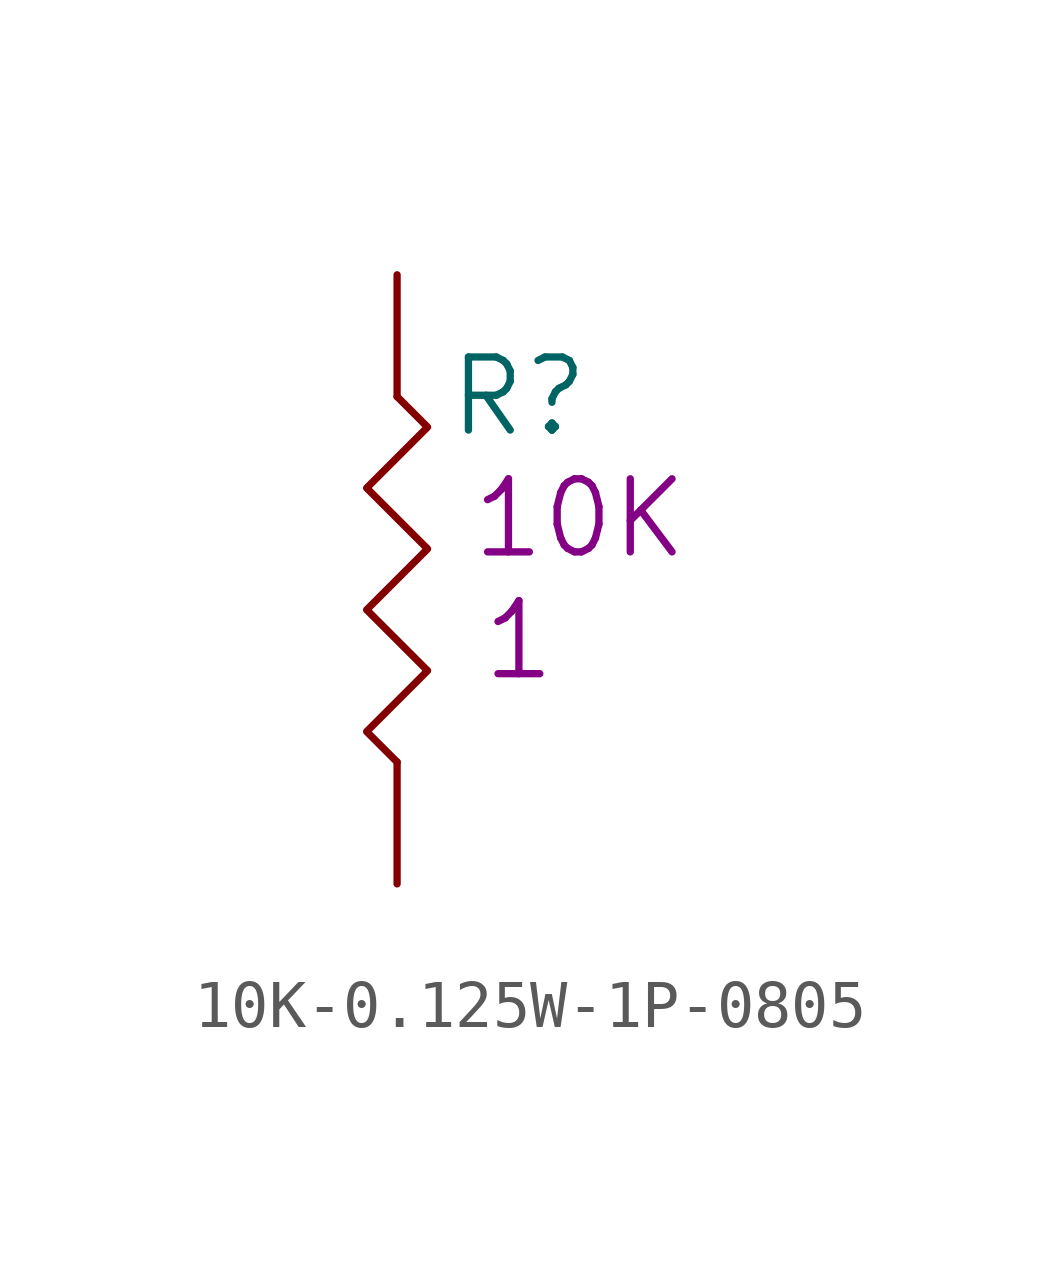
<source format=kicad_sym>
(kicad_symbol_lib
  (version 20201005)
  (generator kicad_symbol_editor)
  (symbol "10K-0.125W-1P-0805"
    (pin_numbers hide)
    (pin_names
      (offset 1.27) hide)
    (property "Reference" "R"
      (at 2.54 -2.54 0)
      (effects (font (size 1.524 1.524))))
    (property "Qty" "1"
      (at 2.54 -7.62 0)
      (effects (font (size 1.524 1.524))))
    (property "Desc1" "10K"
      (at 3.81 -5.08 0)
      (effects (font (size 1.524 1.524))))
    (symbol "10K-0.125W-1P-0805_0_1"
      (polyline (pts (xy 0 -2.54) (xy 0.635 -3.175) (xy -0.635 -4.445) (xy 0.635 -5.715) (xy -0.635 -6.985) (xy 0.635 -8.255) (xy -0.635 -9.525) (xy 0 -10.16)) (stroke (width 0)) (fill (type none))))
    (symbol "10K-0.125W-1P-0805_1_1"
      (pin passive line (at 0 0 270) (length 2.54) (name "1" (effects (font (size 1.27 1.27)))) (number "1" (effects (font (size 1.27 1.27)))))
      (pin passive line (at 0 -12.7 90) (length 2.54) (name "2" (effects (font (size 1.27 1.27)))) (number "2" (effects (font (size 1.27 1.27))))))))
</source>
